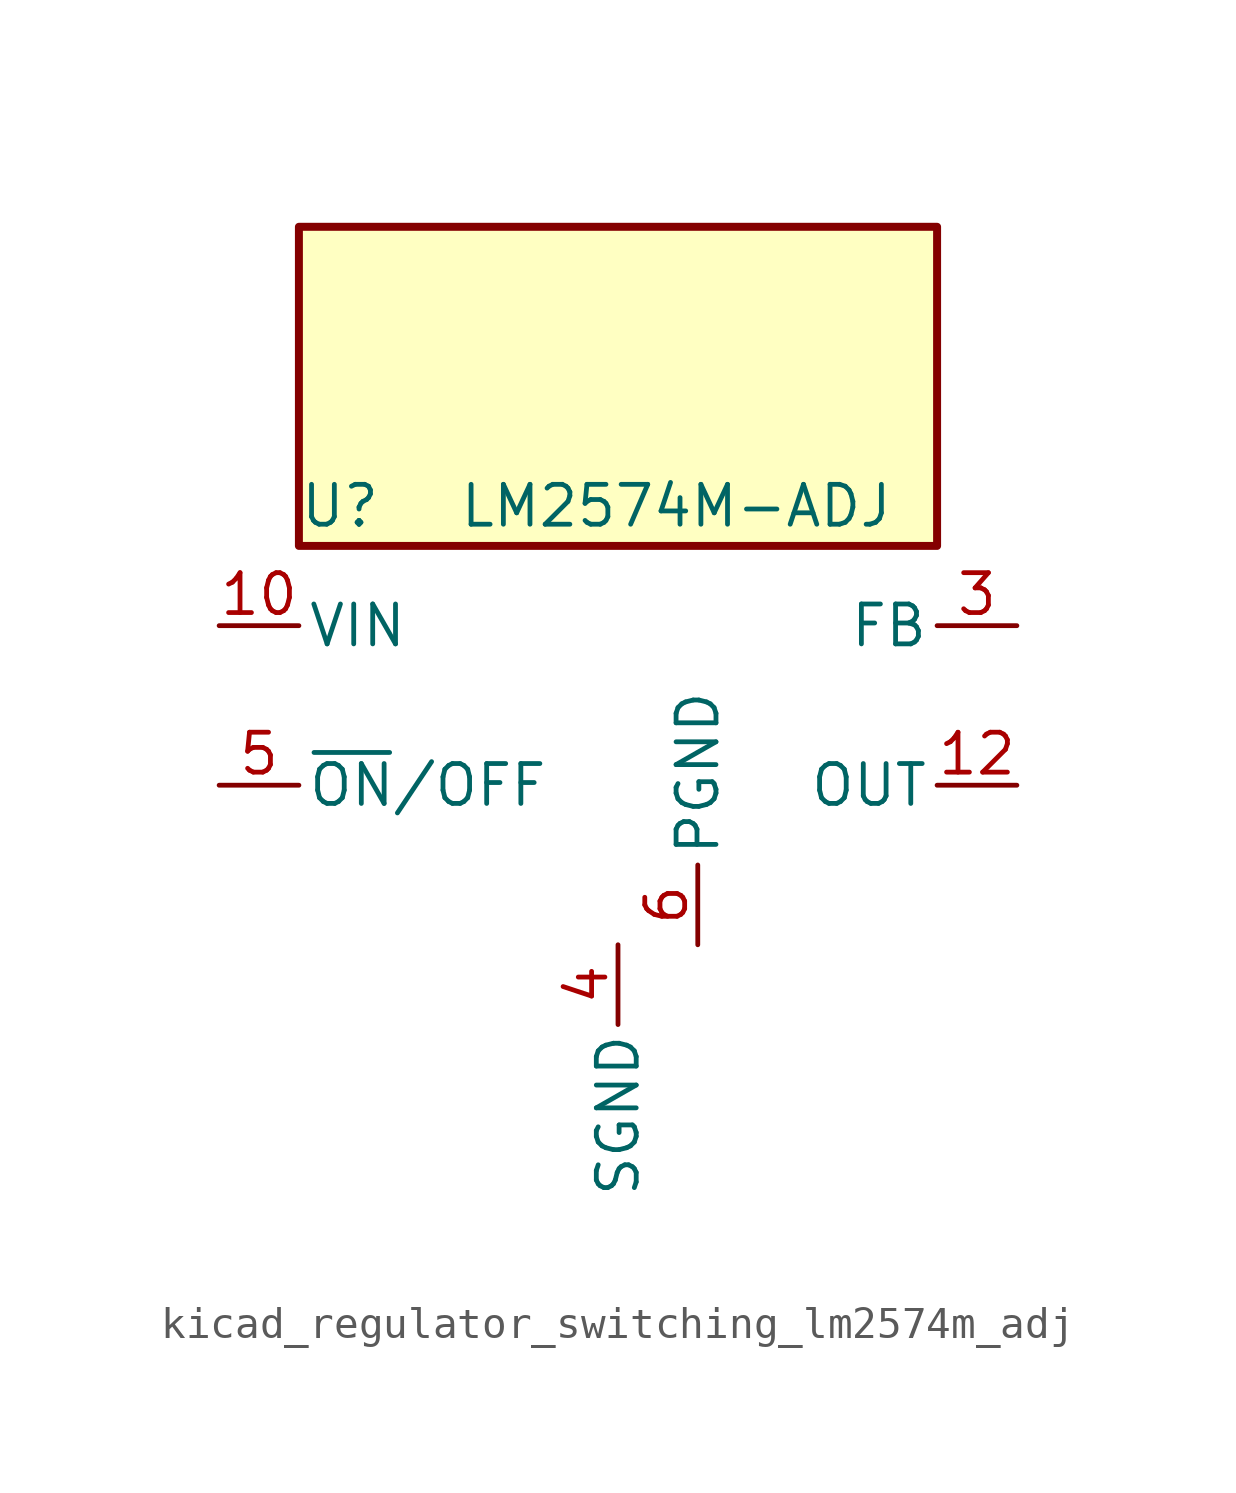
<source format=kicad_sym>
(kicad_symbol_lib
  (version 20220914)
  (generator kicad_symbol_editor)
  (symbol "kicad_regulator_switching_lm2574m_adj"
    (pin_names
      (offset 0.254))
    (property "Reference" "U"
      (at -10.16 6.35 0)
      (effects (font (size 1.27 1.27)) (justify left)))
    (property "Value" "LM2574M-ADJ"
      (at -5.08 6.35 0)
      (effects (font (size 1.27 1.27)) (justify left)))
    (symbol "kicad_regulator_switching_lm2574m_adj_0_1"
      (rectangle (start 10.16 15.24) (end -10.16 5.08) (stroke (width 0.254) (type default)) (fill (type background))))
    (symbol "kicad_regulator_switching_lm2574m_adj_1_1"
      (pin power_in line (at -12.7 2.54 0) (length 2.54) (name "VIN" (effects (font (size 1.27 1.27)))) (number "10" (effects (font (size 1.27 1.27)))))
      (pin output line (at 12.7 -2.54 180) (length 2.54) (name "OUT" (effects (font (size 1.27 1.27)))) (number "12" (effects (font (size 1.27 1.27)))))
      (pin input line (at 12.7 2.54 180) (length 2.54) (name "FB" (effects (font (size 1.27 1.27)))) (number "3" (effects (font (size 1.27 1.27)))))
      (pin power_in line (at 0 -7.62 270) (length 2.54) (name "SGND" (effects (font (size 1.27 1.27)))) (number "4" (effects (font (size 1.27 1.27)))))
      (pin input line (at -12.7 -2.54 0) (length 2.54) (name "~{ON}/OFF" (effects (font (size 1.27 1.27)))) (number "5" (effects (font (size 1.27 1.27)))))
      (pin power_in line (at 2.54 -7.62 90) (length 2.54) (name "PGND" (effects (font (size 1.27 1.27)))) (number "6" (effects (font (size 1.27 1.27))))))))
</source>
